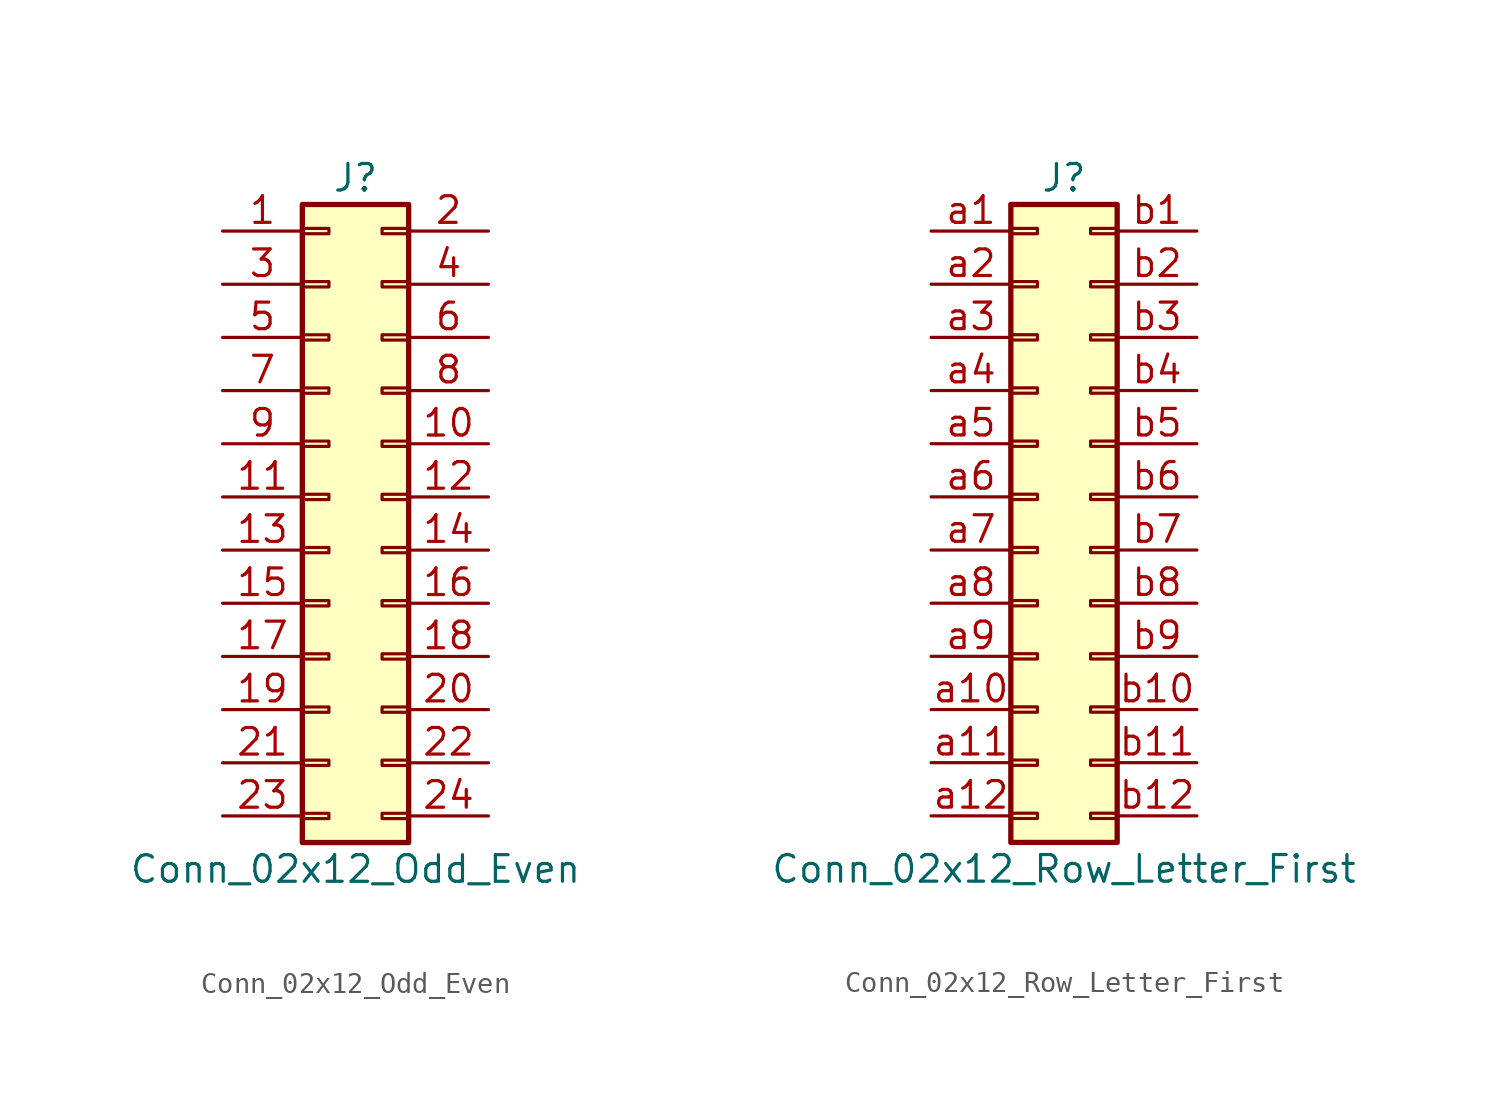
<source format=kicad_sym>
(kicad_symbol_lib
  (version 20220914)
  (generator kicad_symbol_editor)
  (symbol "Conn_02x12_Odd_Even"
    (pin_names
      (offset 1.016) hide)
    (property "Reference" "J"
      (at 1.27 15.24 0)
      (effects (font (size 1.27 1.27))))
    (property "Value" "Conn_02x12_Odd_Even"
      (at 1.27 -17.78 0)
      (effects (font (size 1.27 1.27))))
    (symbol "Conn_02x12_Odd_Even_1_1"
      (rectangle (start -1.27 -15.113) (end 0 -15.367) (stroke (width 0.152) (type solid)) (fill (type none)))
      (rectangle (start -1.27 -12.573) (end 0 -12.827) (stroke (width 0.152) (type solid)) (fill (type none)))
      (rectangle (start -1.27 -10.033) (end 0 -10.287) (stroke (width 0.152) (type solid)) (fill (type none)))
      (rectangle (start -1.27 -7.493) (end 0 -7.747) (stroke (width 0.152) (type solid)) (fill (type none)))
      (rectangle (start -1.27 -4.953) (end 0 -5.207) (stroke (width 0.152) (type solid)) (fill (type none)))
      (rectangle (start -1.27 -2.413) (end 0 -2.667) (stroke (width 0.152) (type solid)) (fill (type none)))
      (rectangle (start -1.27 0.127) (end 0 -0.127) (stroke (width 0.152) (type solid)) (fill (type none)))
      (rectangle (start -1.27 2.667) (end 0 2.413) (stroke (width 0.152) (type solid)) (fill (type none)))
      (rectangle (start -1.27 5.207) (end 0 4.953) (stroke (width 0.152) (type solid)) (fill (type none)))
      (rectangle (start -1.27 7.747) (end 0 7.493) (stroke (width 0.152) (type solid)) (fill (type none)))
      (rectangle (start -1.27 10.287) (end 0 10.033) (stroke (width 0.152) (type solid)) (fill (type none)))
      (rectangle (start -1.27 12.827) (end 0 12.573) (stroke (width 0.152) (type solid)) (fill (type none)))
      (rectangle (start -1.27 13.97) (end 3.81 -16.51) (stroke (width 0.254) (type solid)) (fill (type background)))
      (rectangle (start 3.81 -15.113) (end 2.54 -15.367) (stroke (width 0.152) (type solid)) (fill (type none)))
      (rectangle (start 3.81 -12.573) (end 2.54 -12.827) (stroke (width 0.152) (type solid)) (fill (type none)))
      (rectangle (start 3.81 -10.033) (end 2.54 -10.287) (stroke (width 0.152) (type solid)) (fill (type none)))
      (rectangle (start 3.81 -7.493) (end 2.54 -7.747) (stroke (width 0.152) (type solid)) (fill (type none)))
      (rectangle (start 3.81 -4.953) (end 2.54 -5.207) (stroke (width 0.152) (type solid)) (fill (type none)))
      (rectangle (start 3.81 -2.413) (end 2.54 -2.667) (stroke (width 0.152) (type solid)) (fill (type none)))
      (rectangle (start 3.81 0.127) (end 2.54 -0.127) (stroke (width 0.152) (type solid)) (fill (type none)))
      (rectangle (start 3.81 2.667) (end 2.54 2.413) (stroke (width 0.152) (type solid)) (fill (type none)))
      (rectangle (start 3.81 5.207) (end 2.54 4.953) (stroke (width 0.152) (type solid)) (fill (type none)))
      (rectangle (start 3.81 7.747) (end 2.54 7.493) (stroke (width 0.152) (type solid)) (fill (type none)))
      (rectangle (start 3.81 10.287) (end 2.54 10.033) (stroke (width 0.152) (type solid)) (fill (type none)))
      (rectangle (start 3.81 12.827) (end 2.54 12.573) (stroke (width 0.152) (type solid)) (fill (type none)))
      (pin passive line (at -5.08 12.7 0) (length 3.81) (name "Pin_1" (effects (font (size 1.27 1.27)))) (number "1" (effects (font (size 1.27 1.27)))))
      (pin passive line (at 7.62 2.54 180) (length 3.81) (name "Pin_10" (effects (font (size 1.27 1.27)))) (number "10" (effects (font (size 1.27 1.27)))))
      (pin passive line (at -5.08 0 0) (length 3.81) (name "Pin_11" (effects (font (size 1.27 1.27)))) (number "11" (effects (font (size 1.27 1.27)))))
      (pin passive line (at 7.62 0 180) (length 3.81) (name "Pin_12" (effects (font (size 1.27 1.27)))) (number "12" (effects (font (size 1.27 1.27)))))
      (pin passive line (at -5.08 -2.54 0) (length 3.81) (name "Pin_13" (effects (font (size 1.27 1.27)))) (number "13" (effects (font (size 1.27 1.27)))))
      (pin passive line (at 7.62 -2.54 180) (length 3.81) (name "Pin_14" (effects (font (size 1.27 1.27)))) (number "14" (effects (font (size 1.27 1.27)))))
      (pin passive line (at -5.08 -5.08 0) (length 3.81) (name "Pin_15" (effects (font (size 1.27 1.27)))) (number "15" (effects (font (size 1.27 1.27)))))
      (pin passive line (at 7.62 -5.08 180) (length 3.81) (name "Pin_16" (effects (font (size 1.27 1.27)))) (number "16" (effects (font (size 1.27 1.27)))))
      (pin passive line (at -5.08 -7.62 0) (length 3.81) (name "Pin_17" (effects (font (size 1.27 1.27)))) (number "17" (effects (font (size 1.27 1.27)))))
      (pin passive line (at 7.62 -7.62 180) (length 3.81) (name "Pin_18" (effects (font (size 1.27 1.27)))) (number "18" (effects (font (size 1.27 1.27)))))
      (pin passive line (at -5.08 -10.16 0) (length 3.81) (name "Pin_19" (effects (font (size 1.27 1.27)))) (number "19" (effects (font (size 1.27 1.27)))))
      (pin passive line (at 7.62 12.7 180) (length 3.81) (name "Pin_2" (effects (font (size 1.27 1.27)))) (number "2" (effects (font (size 1.27 1.27)))))
      (pin passive line (at 7.62 -10.16 180) (length 3.81) (name "Pin_20" (effects (font (size 1.27 1.27)))) (number "20" (effects (font (size 1.27 1.27)))))
      (pin passive line (at -5.08 -12.7 0) (length 3.81) (name "Pin_21" (effects (font (size 1.27 1.27)))) (number "21" (effects (font (size 1.27 1.27)))))
      (pin passive line (at 7.62 -12.7 180) (length 3.81) (name "Pin_22" (effects (font (size 1.27 1.27)))) (number "22" (effects (font (size 1.27 1.27)))))
      (pin passive line (at -5.08 -15.24 0) (length 3.81) (name "Pin_23" (effects (font (size 1.27 1.27)))) (number "23" (effects (font (size 1.27 1.27)))))
      (pin passive line (at 7.62 -15.24 180) (length 3.81) (name "Pin_24" (effects (font (size 1.27 1.27)))) (number "24" (effects (font (size 1.27 1.27)))))
      (pin passive line (at -5.08 10.16 0) (length 3.81) (name "Pin_3" (effects (font (size 1.27 1.27)))) (number "3" (effects (font (size 1.27 1.27)))))
      (pin passive line (at 7.62 10.16 180) (length 3.81) (name "Pin_4" (effects (font (size 1.27 1.27)))) (number "4" (effects (font (size 1.27 1.27)))))
      (pin passive line (at -5.08 7.62 0) (length 3.81) (name "Pin_5" (effects (font (size 1.27 1.27)))) (number "5" (effects (font (size 1.27 1.27)))))
      (pin passive line (at 7.62 7.62 180) (length 3.81) (name "Pin_6" (effects (font (size 1.27 1.27)))) (number "6" (effects (font (size 1.27 1.27)))))
      (pin passive line (at -5.08 5.08 0) (length 3.81) (name "Pin_7" (effects (font (size 1.27 1.27)))) (number "7" (effects (font (size 1.27 1.27)))))
      (pin passive line (at 7.62 5.08 180) (length 3.81) (name "Pin_8" (effects (font (size 1.27 1.27)))) (number "8" (effects (font (size 1.27 1.27)))))
      (pin passive line (at -5.08 2.54 0) (length 3.81) (name "Pin_9" (effects (font (size 1.27 1.27)))) (number "9" (effects (font (size 1.27 1.27)))))))
  (symbol "Conn_02x12_Row_Letter_First"
    (pin_names
      (offset 1.016) hide)
    (property "Reference" "J"
      (at 1.27 15.24 0)
      (effects (font (size 1.27 1.27))))
    (property "Value" "Conn_02x12_Row_Letter_First"
      (at 1.27 -17.78 0)
      (effects (font (size 1.27 1.27))))
    (symbol "Conn_02x12_Row_Letter_First_1_1"
      (rectangle (start -1.27 -15.113) (end 0 -15.367) (stroke (width 0.152) (type solid)) (fill (type none)))
      (rectangle (start -1.27 -12.573) (end 0 -12.827) (stroke (width 0.152) (type solid)) (fill (type none)))
      (rectangle (start -1.27 -10.033) (end 0 -10.287) (stroke (width 0.152) (type solid)) (fill (type none)))
      (rectangle (start -1.27 -7.493) (end 0 -7.747) (stroke (width 0.152) (type solid)) (fill (type none)))
      (rectangle (start -1.27 -4.953) (end 0 -5.207) (stroke (width 0.152) (type solid)) (fill (type none)))
      (rectangle (start -1.27 -2.413) (end 0 -2.667) (stroke (width 0.152) (type solid)) (fill (type none)))
      (rectangle (start -1.27 0.127) (end 0 -0.127) (stroke (width 0.152) (type solid)) (fill (type none)))
      (rectangle (start -1.27 2.667) (end 0 2.413) (stroke (width 0.152) (type solid)) (fill (type none)))
      (rectangle (start -1.27 5.207) (end 0 4.953) (stroke (width 0.152) (type solid)) (fill (type none)))
      (rectangle (start -1.27 7.747) (end 0 7.493) (stroke (width 0.152) (type solid)) (fill (type none)))
      (rectangle (start -1.27 10.287) (end 0 10.033) (stroke (width 0.152) (type solid)) (fill (type none)))
      (rectangle (start -1.27 12.827) (end 0 12.573) (stroke (width 0.152) (type solid)) (fill (type none)))
      (rectangle (start -1.27 13.97) (end 3.81 -16.51) (stroke (width 0.254) (type solid)) (fill (type background)))
      (rectangle (start 3.81 -15.113) (end 2.54 -15.367) (stroke (width 0.152) (type solid)) (fill (type none)))
      (rectangle (start 3.81 -12.573) (end 2.54 -12.827) (stroke (width 0.152) (type solid)) (fill (type none)))
      (rectangle (start 3.81 -10.033) (end 2.54 -10.287) (stroke (width 0.152) (type solid)) (fill (type none)))
      (rectangle (start 3.81 -7.493) (end 2.54 -7.747) (stroke (width 0.152) (type solid)) (fill (type none)))
      (rectangle (start 3.81 -4.953) (end 2.54 -5.207) (stroke (width 0.152) (type solid)) (fill (type none)))
      (rectangle (start 3.81 -2.413) (end 2.54 -2.667) (stroke (width 0.152) (type solid)) (fill (type none)))
      (rectangle (start 3.81 0.127) (end 2.54 -0.127) (stroke (width 0.152) (type solid)) (fill (type none)))
      (rectangle (start 3.81 2.667) (end 2.54 2.413) (stroke (width 0.152) (type solid)) (fill (type none)))
      (rectangle (start 3.81 5.207) (end 2.54 4.953) (stroke (width 0.152) (type solid)) (fill (type none)))
      (rectangle (start 3.81 7.747) (end 2.54 7.493) (stroke (width 0.152) (type solid)) (fill (type none)))
      (rectangle (start 3.81 10.287) (end 2.54 10.033) (stroke (width 0.152) (type solid)) (fill (type none)))
      (rectangle (start 3.81 12.827) (end 2.54 12.573) (stroke (width 0.152) (type solid)) (fill (type none)))
      (pin passive line (at -5.08 12.7 0) (length 3.81) (name "Pin_a1" (effects (font (size 1.27 1.27)))) (number "a1" (effects (font (size 1.27 1.27)))))
      (pin passive line (at -5.08 -10.16 0) (length 3.81) (name "Pin_a10" (effects (font (size 1.27 1.27)))) (number "a10" (effects (font (size 1.27 1.27)))))
      (pin passive line (at -5.08 -12.7 0) (length 3.81) (name "Pin_a11" (effects (font (size 1.27 1.27)))) (number "a11" (effects (font (size 1.27 1.27)))))
      (pin passive line (at -5.08 -15.24 0) (length 3.81) (name "Pin_a12" (effects (font (size 1.27 1.27)))) (number "a12" (effects (font (size 1.27 1.27)))))
      (pin passive line (at -5.08 10.16 0) (length 3.81) (name "Pin_a2" (effects (font (size 1.27 1.27)))) (number "a2" (effects (font (size 1.27 1.27)))))
      (pin passive line (at -5.08 7.62 0) (length 3.81) (name "Pin_a3" (effects (font (size 1.27 1.27)))) (number "a3" (effects (font (size 1.27 1.27)))))
      (pin passive line (at -5.08 5.08 0) (length 3.81) (name "Pin_a4" (effects (font (size 1.27 1.27)))) (number "a4" (effects (font (size 1.27 1.27)))))
      (pin passive line (at -5.08 2.54 0) (length 3.81) (name "Pin_a5" (effects (font (size 1.27 1.27)))) (number "a5" (effects (font (size 1.27 1.27)))))
      (pin passive line (at -5.08 0 0) (length 3.81) (name "Pin_a6" (effects (font (size 1.27 1.27)))) (number "a6" (effects (font (size 1.27 1.27)))))
      (pin passive line (at -5.08 -2.54 0) (length 3.81) (name "Pin_a7" (effects (font (size 1.27 1.27)))) (number "a7" (effects (font (size 1.27 1.27)))))
      (pin passive line (at -5.08 -5.08 0) (length 3.81) (name "Pin_a8" (effects (font (size 1.27 1.27)))) (number "a8" (effects (font (size 1.27 1.27)))))
      (pin passive line (at -5.08 -7.62 0) (length 3.81) (name "Pin_a9" (effects (font (size 1.27 1.27)))) (number "a9" (effects (font (size 1.27 1.27)))))
      (pin passive line (at 7.62 12.7 180) (length 3.81) (name "Pin_b1" (effects (font (size 1.27 1.27)))) (number "b1" (effects (font (size 1.27 1.27)))))
      (pin passive line (at 7.62 -10.16 180) (length 3.81) (name "Pin_b10" (effects (font (size 1.27 1.27)))) (number "b10" (effects (font (size 1.27 1.27)))))
      (pin passive line (at 7.62 -12.7 180) (length 3.81) (name "Pin_b11" (effects (font (size 1.27 1.27)))) (number "b11" (effects (font (size 1.27 1.27)))))
      (pin passive line (at 7.62 -15.24 180) (length 3.81) (name "Pin_b12" (effects (font (size 1.27 1.27)))) (number "b12" (effects (font (size 1.27 1.27)))))
      (pin passive line (at 7.62 10.16 180) (length 3.81) (name "Pin_b2" (effects (font (size 1.27 1.27)))) (number "b2" (effects (font (size 1.27 1.27)))))
      (pin passive line (at 7.62 7.62 180) (length 3.81) (name "Pin_b3" (effects (font (size 1.27 1.27)))) (number "b3" (effects (font (size 1.27 1.27)))))
      (pin passive line (at 7.62 5.08 180) (length 3.81) (name "Pin_b4" (effects (font (size 1.27 1.27)))) (number "b4" (effects (font (size 1.27 1.27)))))
      (pin passive line (at 7.62 2.54 180) (length 3.81) (name "Pin_b5" (effects (font (size 1.27 1.27)))) (number "b5" (effects (font (size 1.27 1.27)))))
      (pin passive line (at 7.62 0 180) (length 3.81) (name "Pin_b6" (effects (font (size 1.27 1.27)))) (number "b6" (effects (font (size 1.27 1.27)))))
      (pin passive line (at 7.62 -2.54 180) (length 3.81) (name "Pin_b7" (effects (font (size 1.27 1.27)))) (number "b7" (effects (font (size 1.27 1.27)))))
      (pin passive line (at 7.62 -5.08 180) (length 3.81) (name "Pin_b8" (effects (font (size 1.27 1.27)))) (number "b8" (effects (font (size 1.27 1.27)))))
      (pin passive line (at 7.62 -7.62 180) (length 3.81) (name "Pin_b9" (effects (font (size 1.27 1.27)))) (number "b9" (effects (font (size 1.27 1.27))))))))
</source>
